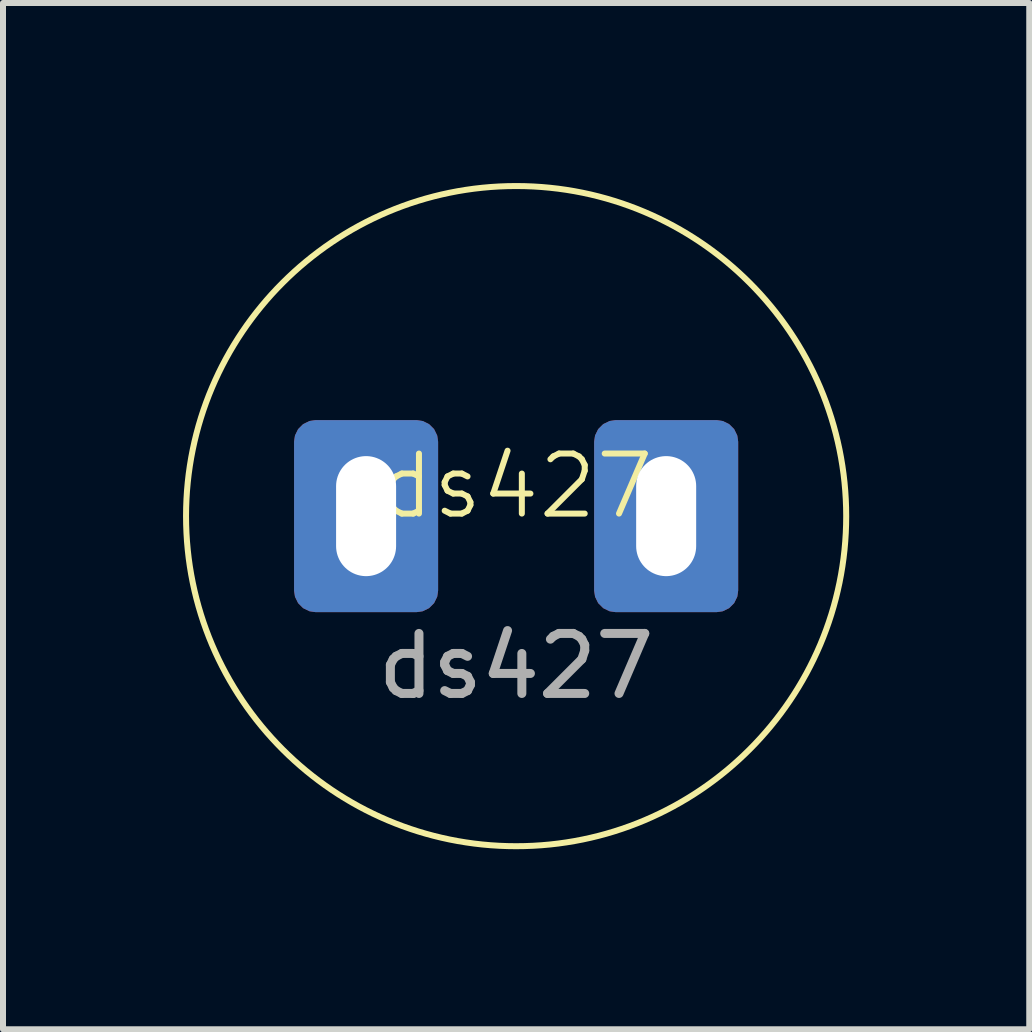
<source format=kicad_pcb>
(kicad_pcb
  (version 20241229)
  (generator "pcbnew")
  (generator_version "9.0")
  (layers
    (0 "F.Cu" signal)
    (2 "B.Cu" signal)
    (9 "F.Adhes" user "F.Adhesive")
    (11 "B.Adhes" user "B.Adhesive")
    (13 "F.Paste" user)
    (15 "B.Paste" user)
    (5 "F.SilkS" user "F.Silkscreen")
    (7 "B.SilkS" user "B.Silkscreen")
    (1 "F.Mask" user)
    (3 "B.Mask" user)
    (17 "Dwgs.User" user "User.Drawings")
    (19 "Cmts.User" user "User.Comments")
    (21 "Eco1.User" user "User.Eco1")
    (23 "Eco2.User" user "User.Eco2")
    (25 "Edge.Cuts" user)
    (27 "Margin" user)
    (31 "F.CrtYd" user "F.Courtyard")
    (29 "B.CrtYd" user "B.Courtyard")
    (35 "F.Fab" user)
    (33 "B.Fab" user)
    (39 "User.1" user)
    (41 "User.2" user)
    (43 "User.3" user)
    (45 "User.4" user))
  (footprint "ds427"
    (layer "F.Cu")
    (at 5.55 5.55)
    (property "Reference" "ds427" (at 0 -0.5 0) (unlocked yes) (layer "F.SilkS") (effects (font (size 1 1) (thickness 0.1))))
    (attr smd)
    (fp_circle (center 0 0) (end 5.5 0) (stroke (width 0.1) (type solid)) (fill no) (layer "F.SilkS"))
    (fp_text user "${REFERENCE}" (at 0 2.5 0) (unlocked yes) (layer "F.Fab") (effects (font (size 1 1) (thickness 0.15))))
    (pad "1" thru_hole roundrect (at 2.5 0) (size 2.4 3.2) (drill oval 1 2) (property pad_prop_castellated) (layers "*.Cu" "*.Mask") (roundrect_rratio 0.15))
    (pad "2" thru_hole roundrect (at -2.5 0) (size 2.4 3.2) (drill oval 1 2) (property pad_prop_castellated) (layers "*.Cu" "*.Mask") (roundrect_rratio 0.15)))
  (gr_rect
    (start -3 -3)
    (end 14.1 14.1)
    (stroke (width 0.1) (type default))
    (fill no)
    (layer "Edge.Cuts")))
</source>
